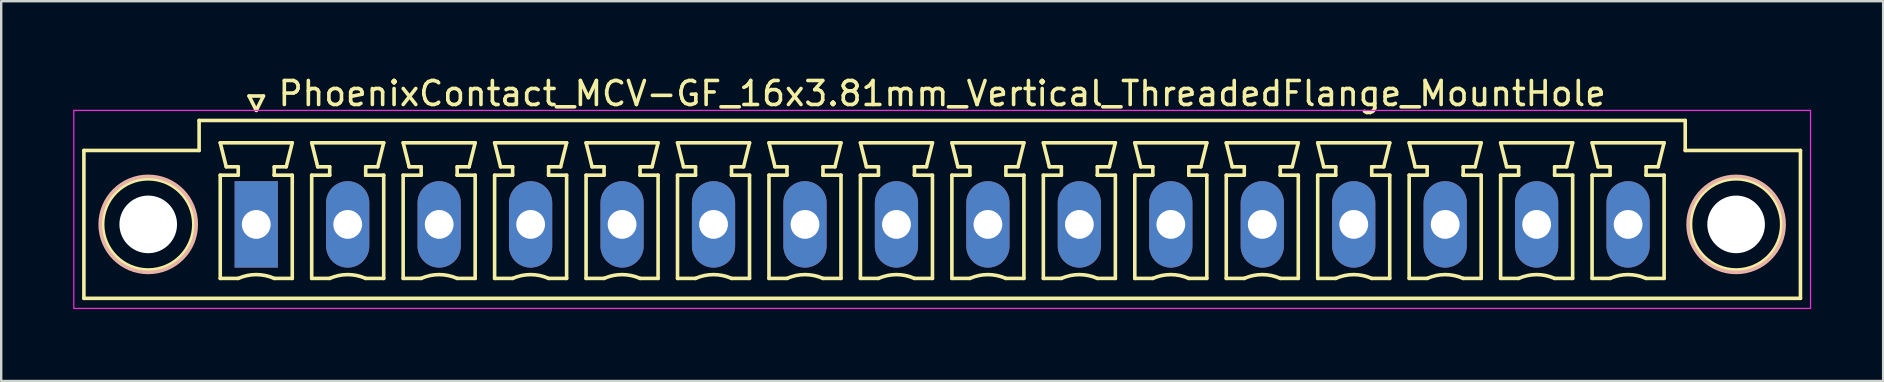
<source format=kicad_pcb>
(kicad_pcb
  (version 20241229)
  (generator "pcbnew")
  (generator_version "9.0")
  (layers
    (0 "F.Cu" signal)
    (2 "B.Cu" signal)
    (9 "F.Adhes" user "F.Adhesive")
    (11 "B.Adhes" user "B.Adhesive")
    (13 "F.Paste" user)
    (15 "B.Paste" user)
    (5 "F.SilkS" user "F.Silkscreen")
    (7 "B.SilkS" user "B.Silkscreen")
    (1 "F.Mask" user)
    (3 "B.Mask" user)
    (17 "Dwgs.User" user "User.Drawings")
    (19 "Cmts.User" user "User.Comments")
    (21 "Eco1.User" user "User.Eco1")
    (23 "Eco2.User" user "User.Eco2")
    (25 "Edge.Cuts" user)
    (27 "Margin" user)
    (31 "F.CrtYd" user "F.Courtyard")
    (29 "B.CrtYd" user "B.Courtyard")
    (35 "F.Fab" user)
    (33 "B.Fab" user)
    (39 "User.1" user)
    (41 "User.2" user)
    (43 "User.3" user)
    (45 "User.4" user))
  (footprint "PhoenixContact_MCV-GF_16x3.81mm_Vertical_ThreadedFlange_MountHole"
    (layer "F.Cu")
    (at 7.625 6.298)
    (property "Reference" "PhoenixContact_MCV-GF_16x3.81mm_Vertical_ThreadedFlange_MountHole" (at 28.575 -5.45 0) (layer "F.SilkS") (effects (font (size 1 1) (thickness 0.15))))
    (attr through_hole)
    (fp_line (start -7.18 -3.08) (end -7.18 3.08) (stroke (width 0.15) (type solid)) (layer "F.SilkS"))
    (fp_line (start -7.18 3.08) (end 64.33 3.08) (stroke (width 0.15) (type solid)) (layer "F.SilkS"))
    (fp_line (start -2.38 -4.33) (end -2.38 -3.08) (stroke (width 0.15) (type solid)) (layer "F.SilkS"))
    (fp_line (start -2.38 -3.08) (end -7.18 -3.08) (stroke (width 0.15) (type solid)) (layer "F.SilkS"))
    (fp_line (start -1.5 -3.4) (end 1.5 -3.4) (stroke (width 0.15) (type solid)) (layer "F.SilkS"))
    (fp_line (start -1.5 -2.05) (end -0.75 -2.05) (stroke (width 0.15) (type solid)) (layer "F.SilkS"))
    (fp_line (start -1.5 2.25) (end -1.5 -2.05) (stroke (width 0.15) (type solid)) (layer "F.SilkS"))
    (fp_line (start -1.25 -2.4) (end -1.5 -3.4) (stroke (width 0.15) (type solid)) (layer "F.SilkS"))
    (fp_line (start -0.75 -2.4) (end -1.25 -2.4) (stroke (width 0.15) (type solid)) (layer "F.SilkS"))
    (fp_line (start -0.75 -2.05) (end -0.75 -2.4) (stroke (width 0.15) (type solid)) (layer "F.SilkS"))
    (fp_line (start -0.75 2.25) (end -1.5 2.25) (stroke (width 0.15) (type solid)) (layer "F.SilkS"))
    (fp_line (start -0.3 -5.35) (end 0 -4.75) (stroke (width 0.15) (type solid)) (layer "F.SilkS"))
    (fp_line (start 0 -4.75) (end 0.3 -5.35) (stroke (width 0.15) (type solid)) (layer "F.SilkS"))
    (fp_line (start 0.3 -5.35) (end -0.3 -5.35) (stroke (width 0.15) (type solid)) (layer "F.SilkS"))
    (fp_line (start 0.75 -2.4) (end 0.75 -2.05) (stroke (width 0.15) (type solid)) (layer "F.SilkS"))
    (fp_line (start 0.75 -2.05) (end 0.75 -2.05) (stroke (width 0.15) (type solid)) (layer "F.SilkS"))
    (fp_line (start 0.75 -2.05) (end 1.5 -2.05) (stroke (width 0.15) (type solid)) (layer "F.SilkS"))
    (fp_line (start 1.25 -2.4) (end 0.75 -2.4) (stroke (width 0.15) (type solid)) (layer "F.SilkS"))
    (fp_line (start 1.5 -3.4) (end 1.25 -2.4) (stroke (width 0.15) (type solid)) (layer "F.SilkS"))
    (fp_line (start 1.5 -2.05) (end 1.5 2.25) (stroke (width 0.15) (type solid)) (layer "F.SilkS"))
    (fp_line (start 1.5 2.25) (end 0.75 2.25) (stroke (width 0.15) (type solid)) (layer "F.SilkS"))
    (fp_line (start 2.31 -3.4) (end 5.31 -3.4) (stroke (width 0.15) (type solid)) (layer "F.SilkS"))
    (fp_line (start 2.31 -2.05) (end 3.06 -2.05) (stroke (width 0.15) (type solid)) (layer "F.SilkS"))
    (fp_line (start 2.31 2.25) (end 2.31 -2.05) (stroke (width 0.15) (type solid)) (layer "F.SilkS"))
    (fp_line (start 2.56 -2.4) (end 2.31 -3.4) (stroke (width 0.15) (type solid)) (layer "F.SilkS"))
    (fp_line (start 3.06 -2.4) (end 2.56 -2.4) (stroke (width 0.15) (type solid)) (layer "F.SilkS"))
    (fp_line (start 3.06 -2.05) (end 3.06 -2.4) (stroke (width 0.15) (type solid)) (layer "F.SilkS"))
    (fp_line (start 3.06 2.25) (end 2.31 2.25) (stroke (width 0.15) (type solid)) (layer "F.SilkS"))
    (fp_line (start 4.56 -2.4) (end 4.56 -2.05) (stroke (width 0.15) (type solid)) (layer "F.SilkS"))
    (fp_line (start 4.56 -2.05) (end 4.56 -2.05) (stroke (width 0.15) (type solid)) (layer "F.SilkS"))
    (fp_line (start 4.56 -2.05) (end 5.31 -2.05) (stroke (width 0.15) (type solid)) (layer "F.SilkS"))
    (fp_line (start 5.06 -2.4) (end 4.56 -2.4) (stroke (width 0.15) (type solid)) (layer "F.SilkS"))
    (fp_line (start 5.31 -3.4) (end 5.06 -2.4) (stroke (width 0.15) (type solid)) (layer "F.SilkS"))
    (fp_line (start 5.31 -2.05) (end 5.31 2.25) (stroke (width 0.15) (type solid)) (layer "F.SilkS"))
    (fp_line (start 5.31 2.25) (end 4.56 2.25) (stroke (width 0.15) (type solid)) (layer "F.SilkS"))
    (fp_line (start 6.12 -3.4) (end 9.12 -3.4) (stroke (width 0.15) (type solid)) (layer "F.SilkS"))
    (fp_line (start 6.12 -2.05) (end 6.87 -2.05) (stroke (width 0.15) (type solid)) (layer "F.SilkS"))
    (fp_line (start 6.12 2.25) (end 6.12 -2.05) (stroke (width 0.15) (type solid)) (layer "F.SilkS"))
    (fp_line (start 6.37 -2.4) (end 6.12 -3.4) (stroke (width 0.15) (type solid)) (layer "F.SilkS"))
    (fp_line (start 6.87 -2.4) (end 6.37 -2.4) (stroke (width 0.15) (type solid)) (layer "F.SilkS"))
    (fp_line (start 6.87 -2.05) (end 6.87 -2.4) (stroke (width 0.15) (type solid)) (layer "F.SilkS"))
    (fp_line (start 6.87 2.25) (end 6.12 2.25) (stroke (width 0.15) (type solid)) (layer "F.SilkS"))
    (fp_line (start 8.37 -2.4) (end 8.37 -2.05) (stroke (width 0.15) (type solid)) (layer "F.SilkS"))
    (fp_line (start 8.37 -2.05) (end 8.37 -2.05) (stroke (width 0.15) (type solid)) (layer "F.SilkS"))
    (fp_line (start 8.37 -2.05) (end 9.12 -2.05) (stroke (width 0.15) (type solid)) (layer "F.SilkS"))
    (fp_line (start 8.87 -2.4) (end 8.37 -2.4) (stroke (width 0.15) (type solid)) (layer "F.SilkS"))
    (fp_line (start 9.12 -3.4) (end 8.87 -2.4) (stroke (width 0.15) (type solid)) (layer "F.SilkS"))
    (fp_line (start 9.12 -2.05) (end 9.12 2.25) (stroke (width 0.15) (type solid)) (layer "F.SilkS"))
    (fp_line (start 9.12 2.25) (end 8.37 2.25) (stroke (width 0.15) (type solid)) (layer "F.SilkS"))
    (fp_line (start 9.93 -3.4) (end 12.93 -3.4) (stroke (width 0.15) (type solid)) (layer "F.SilkS"))
    (fp_line (start 9.93 -2.05) (end 10.68 -2.05) (stroke (width 0.15) (type solid)) (layer "F.SilkS"))
    (fp_line (start 9.93 2.25) (end 9.93 -2.05) (stroke (width 0.15) (type solid)) (layer "F.SilkS"))
    (fp_line (start 10.18 -2.4) (end 9.93 -3.4) (stroke (width 0.15) (type solid)) (layer "F.SilkS"))
    (fp_line (start 10.68 -2.4) (end 10.18 -2.4) (stroke (width 0.15) (type solid)) (layer "F.SilkS"))
    (fp_line (start 10.68 -2.05) (end 10.68 -2.4) (stroke (width 0.15) (type solid)) (layer "F.SilkS"))
    (fp_line (start 10.68 2.25) (end 9.93 2.25) (stroke (width 0.15) (type solid)) (layer "F.SilkS"))
    (fp_line (start 12.18 -2.4) (end 12.18 -2.05) (stroke (width 0.15) (type solid)) (layer "F.SilkS"))
    (fp_line (start 12.18 -2.05) (end 12.18 -2.05) (stroke (width 0.15) (type solid)) (layer "F.SilkS"))
    (fp_line (start 12.18 -2.05) (end 12.93 -2.05) (stroke (width 0.15) (type solid)) (layer "F.SilkS"))
    (fp_line (start 12.68 -2.4) (end 12.18 -2.4) (stroke (width 0.15) (type solid)) (layer "F.SilkS"))
    (fp_line (start 12.93 -3.4) (end 12.68 -2.4) (stroke (width 0.15) (type solid)) (layer "F.SilkS"))
    (fp_line (start 12.93 -2.05) (end 12.93 2.25) (stroke (width 0.15) (type solid)) (layer "F.SilkS"))
    (fp_line (start 12.93 2.25) (end 12.18 2.25) (stroke (width 0.15) (type solid)) (layer "F.SilkS"))
    (fp_line (start 13.74 -3.4) (end 16.74 -3.4) (stroke (width 0.15) (type solid)) (layer "F.SilkS"))
    (fp_line (start 13.74 -2.05) (end 14.49 -2.05) (stroke (width 0.15) (type solid)) (layer "F.SilkS"))
    (fp_line (start 13.74 2.25) (end 13.74 -2.05) (stroke (width 0.15) (type solid)) (layer "F.SilkS"))
    (fp_line (start 13.99 -2.4) (end 13.74 -3.4) (stroke (width 0.15) (type solid)) (layer "F.SilkS"))
    (fp_line (start 14.49 -2.4) (end 13.99 -2.4) (stroke (width 0.15) (type solid)) (layer "F.SilkS"))
    (fp_line (start 14.49 -2.05) (end 14.49 -2.4) (stroke (width 0.15) (type solid)) (layer "F.SilkS"))
    (fp_line (start 14.49 2.25) (end 13.74 2.25) (stroke (width 0.15) (type solid)) (layer "F.SilkS"))
    (fp_line (start 15.99 -2.4) (end 15.99 -2.05) (stroke (width 0.15) (type solid)) (layer "F.SilkS"))
    (fp_line (start 15.99 -2.05) (end 15.99 -2.05) (stroke (width 0.15) (type solid)) (layer "F.SilkS"))
    (fp_line (start 15.99 -2.05) (end 16.74 -2.05) (stroke (width 0.15) (type solid)) (layer "F.SilkS"))
    (fp_line (start 16.49 -2.4) (end 15.99 -2.4) (stroke (width 0.15) (type solid)) (layer "F.SilkS"))
    (fp_line (start 16.74 -3.4) (end 16.49 -2.4) (stroke (width 0.15) (type solid)) (layer "F.SilkS"))
    (fp_line (start 16.74 -2.05) (end 16.74 2.25) (stroke (width 0.15) (type solid)) (layer "F.SilkS"))
    (fp_line (start 16.74 2.25) (end 15.99 2.25) (stroke (width 0.15) (type solid)) (layer "F.SilkS"))
    (fp_line (start 17.55 -3.4) (end 20.55 -3.4) (stroke (width 0.15) (type solid)) (layer "F.SilkS"))
    (fp_line (start 17.55 -2.05) (end 18.3 -2.05) (stroke (width 0.15) (type solid)) (layer "F.SilkS"))
    (fp_line (start 17.55 2.25) (end 17.55 -2.05) (stroke (width 0.15) (type solid)) (layer "F.SilkS"))
    (fp_line (start 17.8 -2.4) (end 17.55 -3.4) (stroke (width 0.15) (type solid)) (layer "F.SilkS"))
    (fp_line (start 18.3 -2.4) (end 17.8 -2.4) (stroke (width 0.15) (type solid)) (layer "F.SilkS"))
    (fp_line (start 18.3 -2.05) (end 18.3 -2.4) (stroke (width 0.15) (type solid)) (layer "F.SilkS"))
    (fp_line (start 18.3 2.25) (end 17.55 2.25) (stroke (width 0.15) (type solid)) (layer "F.SilkS"))
    (fp_line (start 19.8 -2.4) (end 19.8 -2.05) (stroke (width 0.15) (type solid)) (layer "F.SilkS"))
    (fp_line (start 19.8 -2.05) (end 19.8 -2.05) (stroke (width 0.15) (type solid)) (layer "F.SilkS"))
    (fp_line (start 19.8 -2.05) (end 20.55 -2.05) (stroke (width 0.15) (type solid)) (layer "F.SilkS"))
    (fp_line (start 20.3 -2.4) (end 19.8 -2.4) (stroke (width 0.15) (type solid)) (layer "F.SilkS"))
    (fp_line (start 20.55 -3.4) (end 20.3 -2.4) (stroke (width 0.15) (type solid)) (layer "F.SilkS"))
    (fp_line (start 20.55 -2.05) (end 20.55 2.25) (stroke (width 0.15) (type solid)) (layer "F.SilkS"))
    (fp_line (start 20.55 2.25) (end 19.8 2.25) (stroke (width 0.15) (type solid)) (layer "F.SilkS"))
    (fp_line (start 21.36 -3.4) (end 24.36 -3.4) (stroke (width 0.15) (type solid)) (layer "F.SilkS"))
    (fp_line (start 21.36 -2.05) (end 22.11 -2.05) (stroke (width 0.15) (type solid)) (layer "F.SilkS"))
    (fp_line (start 21.36 2.25) (end 21.36 -2.05) (stroke (width 0.15) (type solid)) (layer "F.SilkS"))
    (fp_line (start 21.61 -2.4) (end 21.36 -3.4) (stroke (width 0.15) (type solid)) (layer "F.SilkS"))
    (fp_line (start 22.11 -2.4) (end 21.61 -2.4) (stroke (width 0.15) (type solid)) (layer "F.SilkS"))
    (fp_line (start 22.11 -2.05) (end 22.11 -2.4) (stroke (width 0.15) (type solid)) (layer "F.SilkS"))
    (fp_line (start 22.11 2.25) (end 21.36 2.25) (stroke (width 0.15) (type solid)) (layer "F.SilkS"))
    (fp_line (start 23.61 -2.4) (end 23.61 -2.05) (stroke (width 0.15) (type solid)) (layer "F.SilkS"))
    (fp_line (start 23.61 -2.05) (end 23.61 -2.05) (stroke (width 0.15) (type solid)) (layer "F.SilkS"))
    (fp_line (start 23.61 -2.05) (end 24.36 -2.05) (stroke (width 0.15) (type solid)) (layer "F.SilkS"))
    (fp_line (start 24.11 -2.4) (end 23.61 -2.4) (stroke (width 0.15) (type solid)) (layer "F.SilkS"))
    (fp_line (start 24.36 -3.4) (end 24.11 -2.4) (stroke (width 0.15) (type solid)) (layer "F.SilkS"))
    (fp_line (start 24.36 -2.05) (end 24.36 2.25) (stroke (width 0.15) (type solid)) (layer "F.SilkS"))
    (fp_line (start 24.36 2.25) (end 23.61 2.25) (stroke (width 0.15) (type solid)) (layer "F.SilkS"))
    (fp_line (start 25.17 -3.4) (end 28.17 -3.4) (stroke (width 0.15) (type solid)) (layer "F.SilkS"))
    (fp_line (start 25.17 -2.05) (end 25.92 -2.05) (stroke (width 0.15) (type solid)) (layer "F.SilkS"))
    (fp_line (start 25.17 2.25) (end 25.17 -2.05) (stroke (width 0.15) (type solid)) (layer "F.SilkS"))
    (fp_line (start 25.42 -2.4) (end 25.17 -3.4) (stroke (width 0.15) (type solid)) (layer "F.SilkS"))
    (fp_line (start 25.92 -2.4) (end 25.42 -2.4) (stroke (width 0.15) (type solid)) (layer "F.SilkS"))
    (fp_line (start 25.92 -2.05) (end 25.92 -2.4) (stroke (width 0.15) (type solid)) (layer "F.SilkS"))
    (fp_line (start 25.92 2.25) (end 25.17 2.25) (stroke (width 0.15) (type solid)) (layer "F.SilkS"))
    (fp_line (start 27.42 -2.4) (end 27.42 -2.05) (stroke (width 0.15) (type solid)) (layer "F.SilkS"))
    (fp_line (start 27.42 -2.05) (end 27.42 -2.05) (stroke (width 0.15) (type solid)) (layer "F.SilkS"))
    (fp_line (start 27.42 -2.05) (end 28.17 -2.05) (stroke (width 0.15) (type solid)) (layer "F.SilkS"))
    (fp_line (start 27.92 -2.4) (end 27.42 -2.4) (stroke (width 0.15) (type solid)) (layer "F.SilkS"))
    (fp_line (start 28.17 -3.4) (end 27.92 -2.4) (stroke (width 0.15) (type solid)) (layer "F.SilkS"))
    (fp_line (start 28.17 -2.05) (end 28.17 2.25) (stroke (width 0.15) (type solid)) (layer "F.SilkS"))
    (fp_line (start 28.17 2.25) (end 27.42 2.25) (stroke (width 0.15) (type solid)) (layer "F.SilkS"))
    (fp_line (start 28.98 -3.4) (end 31.98 -3.4) (stroke (width 0.15) (type solid)) (layer "F.SilkS"))
    (fp_line (start 28.98 -2.05) (end 29.73 -2.05) (stroke (width 0.15) (type solid)) (layer "F.SilkS"))
    (fp_line (start 28.98 2.25) (end 28.98 -2.05) (stroke (width 0.15) (type solid)) (layer "F.SilkS"))
    (fp_line (start 29.23 -2.4) (end 28.98 -3.4) (stroke (width 0.15) (type solid)) (layer "F.SilkS"))
    (fp_line (start 29.73 -2.4) (end 29.23 -2.4) (stroke (width 0.15) (type solid)) (layer "F.SilkS"))
    (fp_line (start 29.73 -2.05) (end 29.73 -2.4) (stroke (width 0.15) (type solid)) (layer "F.SilkS"))
    (fp_line (start 29.73 2.25) (end 28.98 2.25) (stroke (width 0.15) (type solid)) (layer "F.SilkS"))
    (fp_line (start 31.23 -2.4) (end 31.23 -2.05) (stroke (width 0.15) (type solid)) (layer "F.SilkS"))
    (fp_line (start 31.23 -2.05) (end 31.23 -2.05) (stroke (width 0.15) (type solid)) (layer "F.SilkS"))
    (fp_line (start 31.23 -2.05) (end 31.98 -2.05) (stroke (width 0.15) (type solid)) (layer "F.SilkS"))
    (fp_line (start 31.73 -2.4) (end 31.23 -2.4) (stroke (width 0.15) (type solid)) (layer "F.SilkS"))
    (fp_line (start 31.98 -3.4) (end 31.73 -2.4) (stroke (width 0.15) (type solid)) (layer "F.SilkS"))
    (fp_line (start 31.98 -2.05) (end 31.98 2.25) (stroke (width 0.15) (type solid)) (layer "F.SilkS"))
    (fp_line (start 31.98 2.25) (end 31.23 2.25) (stroke (width 0.15) (type solid)) (layer "F.SilkS"))
    (fp_line (start 32.79 -3.4) (end 35.79 -3.4) (stroke (width 0.15) (type solid)) (layer "F.SilkS"))
    (fp_line (start 32.79 -2.05) (end 33.54 -2.05) (stroke (width 0.15) (type solid)) (layer "F.SilkS"))
    (fp_line (start 32.79 2.25) (end 32.79 -2.05) (stroke (width 0.15) (type solid)) (layer "F.SilkS"))
    (fp_line (start 33.04 -2.4) (end 32.79 -3.4) (stroke (width 0.15) (type solid)) (layer "F.SilkS"))
    (fp_line (start 33.54 -2.4) (end 33.04 -2.4) (stroke (width 0.15) (type solid)) (layer "F.SilkS"))
    (fp_line (start 33.54 -2.05) (end 33.54 -2.4) (stroke (width 0.15) (type solid)) (layer "F.SilkS"))
    (fp_line (start 33.54 2.25) (end 32.79 2.25) (stroke (width 0.15) (type solid)) (layer "F.SilkS"))
    (fp_line (start 35.04 -2.4) (end 35.04 -2.05) (stroke (width 0.15) (type solid)) (layer "F.SilkS"))
    (fp_line (start 35.04 -2.05) (end 35.04 -2.05) (stroke (width 0.15) (type solid)) (layer "F.SilkS"))
    (fp_line (start 35.04 -2.05) (end 35.79 -2.05) (stroke (width 0.15) (type solid)) (layer "F.SilkS"))
    (fp_line (start 35.54 -2.4) (end 35.04 -2.4) (stroke (width 0.15) (type solid)) (layer "F.SilkS"))
    (fp_line (start 35.79 -3.4) (end 35.54 -2.4) (stroke (width 0.15) (type solid)) (layer "F.SilkS"))
    (fp_line (start 35.79 -2.05) (end 35.79 2.25) (stroke (width 0.15) (type solid)) (layer "F.SilkS"))
    (fp_line (start 35.79 2.25) (end 35.04 2.25) (stroke (width 0.15) (type solid)) (layer "F.SilkS"))
    (fp_line (start 36.6 -3.4) (end 39.6 -3.4) (stroke (width 0.15) (type solid)) (layer "F.SilkS"))
    (fp_line (start 36.6 -2.05) (end 37.35 -2.05) (stroke (width 0.15) (type solid)) (layer "F.SilkS"))
    (fp_line (start 36.6 2.25) (end 36.6 -2.05) (stroke (width 0.15) (type solid)) (layer "F.SilkS"))
    (fp_line (start 36.85 -2.4) (end 36.6 -3.4) (stroke (width 0.15) (type solid)) (layer "F.SilkS"))
    (fp_line (start 37.35 -2.4) (end 36.85 -2.4) (stroke (width 0.15) (type solid)) (layer "F.SilkS"))
    (fp_line (start 37.35 -2.05) (end 37.35 -2.4) (stroke (width 0.15) (type solid)) (layer "F.SilkS"))
    (fp_line (start 37.35 2.25) (end 36.6 2.25) (stroke (width 0.15) (type solid)) (layer "F.SilkS"))
    (fp_line (start 38.85 -2.4) (end 38.85 -2.05) (stroke (width 0.15) (type solid)) (layer "F.SilkS"))
    (fp_line (start 38.85 -2.05) (end 38.85 -2.05) (stroke (width 0.15) (type solid)) (layer "F.SilkS"))
    (fp_line (start 38.85 -2.05) (end 39.6 -2.05) (stroke (width 0.15) (type solid)) (layer "F.SilkS"))
    (fp_line (start 39.35 -2.4) (end 38.85 -2.4) (stroke (width 0.15) (type solid)) (layer "F.SilkS"))
    (fp_line (start 39.6 -3.4) (end 39.35 -2.4) (stroke (width 0.15) (type solid)) (layer "F.SilkS"))
    (fp_line (start 39.6 -2.05) (end 39.6 2.25) (stroke (width 0.15) (type solid)) (layer "F.SilkS"))
    (fp_line (start 39.6 2.25) (end 38.85 2.25) (stroke (width 0.15) (type solid)) (layer "F.SilkS"))
    (fp_line (start 40.41 -3.4) (end 43.41 -3.4) (stroke (width 0.15) (type solid)) (layer "F.SilkS"))
    (fp_line (start 40.41 -2.05) (end 41.16 -2.05) (stroke (width 0.15) (type solid)) (layer "F.SilkS"))
    (fp_line (start 40.41 2.25) (end 40.41 -2.05) (stroke (width 0.15) (type solid)) (layer "F.SilkS"))
    (fp_line (start 40.66 -2.4) (end 40.41 -3.4) (stroke (width 0.15) (type solid)) (layer "F.SilkS"))
    (fp_line (start 41.16 -2.4) (end 40.66 -2.4) (stroke (width 0.15) (type solid)) (layer "F.SilkS"))
    (fp_line (start 41.16 -2.05) (end 41.16 -2.4) (stroke (width 0.15) (type solid)) (layer "F.SilkS"))
    (fp_line (start 41.16 2.25) (end 40.41 2.25) (stroke (width 0.15) (type solid)) (layer "F.SilkS"))
    (fp_line (start 42.66 -2.4) (end 42.66 -2.05) (stroke (width 0.15) (type solid)) (layer "F.SilkS"))
    (fp_line (start 42.66 -2.05) (end 42.66 -2.05) (stroke (width 0.15) (type solid)) (layer "F.SilkS"))
    (fp_line (start 42.66 -2.05) (end 43.41 -2.05) (stroke (width 0.15) (type solid)) (layer "F.SilkS"))
    (fp_line (start 43.16 -2.4) (end 42.66 -2.4) (stroke (width 0.15) (type solid)) (layer "F.SilkS"))
    (fp_line (start 43.41 -3.4) (end 43.16 -2.4) (stroke (width 0.15) (type solid)) (layer "F.SilkS"))
    (fp_line (start 43.41 -2.05) (end 43.41 2.25) (stroke (width 0.15) (type solid)) (layer "F.SilkS"))
    (fp_line (start 43.41 2.25) (end 42.66 2.25) (stroke (width 0.15) (type solid)) (layer "F.SilkS"))
    (fp_line (start 44.22 -3.4) (end 47.22 -3.4) (stroke (width 0.15) (type solid)) (layer "F.SilkS"))
    (fp_line (start 44.22 -2.05) (end 44.97 -2.05) (stroke (width 0.15) (type solid)) (layer "F.SilkS"))
    (fp_line (start 44.22 2.25) (end 44.22 -2.05) (stroke (width 0.15) (type solid)) (layer "F.SilkS"))
    (fp_line (start 44.47 -2.4) (end 44.22 -3.4) (stroke (width 0.15) (type solid)) (layer "F.SilkS"))
    (fp_line (start 44.97 -2.4) (end 44.47 -2.4) (stroke (width 0.15) (type solid)) (layer "F.SilkS"))
    (fp_line (start 44.97 -2.05) (end 44.97 -2.4) (stroke (width 0.15) (type solid)) (layer "F.SilkS"))
    (fp_line (start 44.97 2.25) (end 44.22 2.25) (stroke (width 0.15) (type solid)) (layer "F.SilkS"))
    (fp_line (start 46.47 -2.4) (end 46.47 -2.05) (stroke (width 0.15) (type solid)) (layer "F.SilkS"))
    (fp_line (start 46.47 -2.05) (end 46.47 -2.05) (stroke (width 0.15) (type solid)) (layer "F.SilkS"))
    (fp_line (start 46.47 -2.05) (end 47.22 -2.05) (stroke (width 0.15) (type solid)) (layer "F.SilkS"))
    (fp_line (start 46.97 -2.4) (end 46.47 -2.4) (stroke (width 0.15) (type solid)) (layer "F.SilkS"))
    (fp_line (start 47.22 -3.4) (end 46.97 -2.4) (stroke (width 0.15) (type solid)) (layer "F.SilkS"))
    (fp_line (start 47.22 -2.05) (end 47.22 2.25) (stroke (width 0.15) (type solid)) (layer "F.SilkS"))
    (fp_line (start 47.22 2.25) (end 46.47 2.25) (stroke (width 0.15) (type solid)) (layer "F.SilkS"))
    (fp_line (start 48.03 -3.4) (end 51.03 -3.4) (stroke (width 0.15) (type solid)) (layer "F.SilkS"))
    (fp_line (start 48.03 -2.05) (end 48.78 -2.05) (stroke (width 0.15) (type solid)) (layer "F.SilkS"))
    (fp_line (start 48.03 2.25) (end 48.03 -2.05) (stroke (width 0.15) (type solid)) (layer "F.SilkS"))
    (fp_line (start 48.28 -2.4) (end 48.03 -3.4) (stroke (width 0.15) (type solid)) (layer "F.SilkS"))
    (fp_line (start 48.78 -2.4) (end 48.28 -2.4) (stroke (width 0.15) (type solid)) (layer "F.SilkS"))
    (fp_line (start 48.78 -2.05) (end 48.78 -2.4) (stroke (width 0.15) (type solid)) (layer "F.SilkS"))
    (fp_line (start 48.78 2.25) (end 48.03 2.25) (stroke (width 0.15) (type solid)) (layer "F.SilkS"))
    (fp_line (start 50.28 -2.4) (end 50.28 -2.05) (stroke (width 0.15) (type solid)) (layer "F.SilkS"))
    (fp_line (start 50.28 -2.05) (end 50.28 -2.05) (stroke (width 0.15) (type solid)) (layer "F.SilkS"))
    (fp_line (start 50.28 -2.05) (end 51.03 -2.05) (stroke (width 0.15) (type solid)) (layer "F.SilkS"))
    (fp_line (start 50.78 -2.4) (end 50.28 -2.4) (stroke (width 0.15) (type solid)) (layer "F.SilkS"))
    (fp_line (start 51.03 -3.4) (end 50.78 -2.4) (stroke (width 0.15) (type solid)) (layer "F.SilkS"))
    (fp_line (start 51.03 -2.05) (end 51.03 2.25) (stroke (width 0.15) (type solid)) (layer "F.SilkS"))
    (fp_line (start 51.03 2.25) (end 50.28 2.25) (stroke (width 0.15) (type solid)) (layer "F.SilkS"))
    (fp_line (start 51.84 -3.4) (end 54.84 -3.4) (stroke (width 0.15) (type solid)) (layer "F.SilkS"))
    (fp_line (start 51.84 -2.05) (end 52.59 -2.05) (stroke (width 0.15) (type solid)) (layer "F.SilkS"))
    (fp_line (start 51.84 2.25) (end 51.84 -2.05) (stroke (width 0.15) (type solid)) (layer "F.SilkS"))
    (fp_line (start 52.09 -2.4) (end 51.84 -3.4) (stroke (width 0.15) (type solid)) (layer "F.SilkS"))
    (fp_line (start 52.59 -2.4) (end 52.09 -2.4) (stroke (width 0.15) (type solid)) (layer "F.SilkS"))
    (fp_line (start 52.59 -2.05) (end 52.59 -2.4) (stroke (width 0.15) (type solid)) (layer "F.SilkS"))
    (fp_line (start 52.59 2.25) (end 51.84 2.25) (stroke (width 0.15) (type solid)) (layer "F.SilkS"))
    (fp_line (start 54.09 -2.4) (end 54.09 -2.05) (stroke (width 0.15) (type solid)) (layer "F.SilkS"))
    (fp_line (start 54.09 -2.05) (end 54.09 -2.05) (stroke (width 0.15) (type solid)) (layer "F.SilkS"))
    (fp_line (start 54.09 -2.05) (end 54.84 -2.05) (stroke (width 0.15) (type solid)) (layer "F.SilkS"))
    (fp_line (start 54.59 -2.4) (end 54.09 -2.4) (stroke (width 0.15) (type solid)) (layer "F.SilkS"))
    (fp_line (start 54.84 -3.4) (end 54.59 -2.4) (stroke (width 0.15) (type solid)) (layer "F.SilkS"))
    (fp_line (start 54.84 -2.05) (end 54.84 2.25) (stroke (width 0.15) (type solid)) (layer "F.SilkS"))
    (fp_line (start 54.84 2.25) (end 54.09 2.25) (stroke (width 0.15) (type solid)) (layer "F.SilkS"))
    (fp_line (start 55.65 -3.4) (end 58.65 -3.4) (stroke (width 0.15) (type solid)) (layer "F.SilkS"))
    (fp_line (start 55.65 -2.05) (end 56.4 -2.05) (stroke (width 0.15) (type solid)) (layer "F.SilkS"))
    (fp_line (start 55.65 2.25) (end 55.65 -2.05) (stroke (width 0.15) (type solid)) (layer "F.SilkS"))
    (fp_line (start 55.9 -2.4) (end 55.65 -3.4) (stroke (width 0.15) (type solid)) (layer "F.SilkS"))
    (fp_line (start 56.4 -2.4) (end 55.9 -2.4) (stroke (width 0.15) (type solid)) (layer "F.SilkS"))
    (fp_line (start 56.4 -2.05) (end 56.4 -2.4) (stroke (width 0.15) (type solid)) (layer "F.SilkS"))
    (fp_line (start 56.4 2.25) (end 55.65 2.25) (stroke (width 0.15) (type solid)) (layer "F.SilkS"))
    (fp_line (start 57.9 -2.4) (end 57.9 -2.05) (stroke (width 0.15) (type solid)) (layer "F.SilkS"))
    (fp_line (start 57.9 -2.05) (end 57.9 -2.05) (stroke (width 0.15) (type solid)) (layer "F.SilkS"))
    (fp_line (start 57.9 -2.05) (end 58.65 -2.05) (stroke (width 0.15) (type solid)) (layer "F.SilkS"))
    (fp_line (start 58.4 -2.4) (end 57.9 -2.4) (stroke (width 0.15) (type solid)) (layer "F.SilkS"))
    (fp_line (start 58.65 -3.4) (end 58.4 -2.4) (stroke (width 0.15) (type solid)) (layer "F.SilkS"))
    (fp_line (start 58.65 -2.05) (end 58.65 2.25) (stroke (width 0.15) (type solid)) (layer "F.SilkS"))
    (fp_line (start 58.65 2.25) (end 57.9 2.25) (stroke (width 0.15) (type solid)) (layer "F.SilkS"))
    (fp_line (start 59.53 -4.33) (end -2.38 -4.33) (stroke (width 0.15) (type solid)) (layer "F.SilkS"))
    (fp_line (start 59.53 -3.08) (end 59.53 -4.33) (stroke (width 0.15) (type solid)) (layer "F.SilkS"))
    (fp_line (start 64.33 -3.08) (end 59.53 -3.08) (stroke (width 0.15) (type solid)) (layer "F.SilkS"))
    (fp_line (start 64.33 3.08) (end 64.33 -3.08) (stroke (width 0.15) (type solid)) (layer "F.SilkS"))
    (fp_arc (start -0.75 2.25) (mid -0.000193 2.09191) (end 0.749647 2.249844) (stroke (width 0.15) (type solid)) (layer "F.SilkS"))
    (fp_arc (start 3.06 2.25) (mid 3.809807 2.09191) (end 4.559647 2.249844) (stroke (width 0.15) (type solid)) (layer "F.SilkS"))
    (fp_arc (start 6.87 2.25) (mid 7.619807 2.09191) (end 8.369647 2.249844) (stroke (width 0.15) (type solid)) (layer "F.SilkS"))
    (fp_arc (start 10.68 2.25) (mid 11.429807 2.09191) (end 12.179647 2.249844) (stroke (width 0.15) (type solid)) (layer "F.SilkS"))
    (fp_arc (start 14.49 2.25) (mid 15.239807 2.09191) (end 15.989647 2.249844) (stroke (width 0.15) (type solid)) (layer "F.SilkS"))
    (fp_arc (start 18.3 2.25) (mid 19.049807 2.09191) (end 19.799647 2.249844) (stroke (width 0.15) (type solid)) (layer "F.SilkS"))
    (fp_arc (start 22.11 2.25) (mid 22.859807 2.09191) (end 23.609647 2.249844) (stroke (width 0.15) (type solid)) (layer "F.SilkS"))
    (fp_arc (start 25.92 2.25) (mid 26.669807 2.09191) (end 27.419647 2.249844) (stroke (width 0.15) (type solid)) (layer "F.SilkS"))
    (fp_arc (start 29.73 2.25) (mid 30.479807 2.09191) (end 31.229647 2.249844) (stroke (width 0.15) (type solid)) (layer "F.SilkS"))
    (fp_arc (start 33.54 2.25) (mid 34.289807 2.09191) (end 35.039647 2.249844) (stroke (width 0.15) (type solid)) (layer "F.SilkS"))
    (fp_arc (start 37.35 2.25) (mid 38.099807 2.09191) (end 38.849647 2.249844) (stroke (width 0.15) (type solid)) (layer "F.SilkS"))
    (fp_arc (start 41.16 2.25) (mid 41.909807 2.09191) (end 42.659647 2.249844) (stroke (width 0.15) (type solid)) (layer "F.SilkS"))
    (fp_arc (start 44.97 2.25) (mid 45.719807 2.09191) (end 46.469647 2.249844) (stroke (width 0.15) (type solid)) (layer "F.SilkS"))
    (fp_arc (start 48.78 2.25) (mid 49.529807 2.09191) (end 50.279647 2.249844) (stroke (width 0.15) (type solid)) (layer "F.SilkS"))
    (fp_arc (start 52.59 2.25) (mid 53.339807 2.09191) (end 54.089647 2.249844) (stroke (width 0.15) (type solid)) (layer "F.SilkS"))
    (fp_arc (start 56.4 2.25) (mid 57.149807 2.09191) (end 57.899647 2.249844) (stroke (width 0.15) (type solid)) (layer "F.SilkS"))
    (fp_circle (center -4.5 0) (end -2.6 0) (stroke (width 0.15) (type solid)) (fill no) (layer "F.SilkS"))
    (fp_circle (center 61.65 0) (end 63.55 0) (stroke (width 0.15) (type solid)) (fill no) (layer "F.SilkS"))
    (fp_circle (center -4.5 0) (end -2.5 0) (stroke (width 0.15) (type solid)) (fill no) (layer "B.SilkS"))
    (fp_circle (center 61.65 0) (end 63.65 0) (stroke (width 0.15) (type solid)) (fill no) (layer "B.SilkS"))
    (fp_line (start -7.6 -4.75) (end -7.6 3.5) (stroke (width 0.05) (type solid)) (layer "F.CrtYd"))
    (fp_line (start -7.6 3.5) (end 64.75 3.5) (stroke (width 0.05) (type solid)) (layer "F.CrtYd"))
    (fp_line (start 64.75 -4.75) (end -7.6 -4.75) (stroke (width 0.05) (type solid)) (layer "F.CrtYd"))
    (fp_line (start 64.75 3.5) (end 64.75 -4.75) (stroke (width 0.05) (type solid)) (layer "F.CrtYd"))
    (pad "" np_thru_hole circle (at -4.5 0) (size 2.4 2.4) (drill 2.4) (layers "*.Cu" "*.Mask"))
    (pad "" np_thru_hole circle (at 61.65 0) (size 2.4 2.4) (drill 2.4) (layers "*.Cu" "*.Mask"))
    (pad "1" thru_hole rect (at 0 0) (size 1.8 3.6) (drill 1.2) (layers "*.Cu" "*.Mask"))
    (pad "2" thru_hole oval (at 3.81 0) (size 1.8 3.6) (drill 1.2) (layers "*.Cu" "*.Mask"))
    (pad "3" thru_hole oval (at 7.62 0) (size 1.8 3.6) (drill 1.2) (layers "*.Cu" "*.Mask"))
    (pad "4" thru_hole oval (at 11.43 0) (size 1.8 3.6) (drill 1.2) (layers "*.Cu" "*.Mask"))
    (pad "5" thru_hole oval (at 15.24 0) (size 1.8 3.6) (drill 1.2) (layers "*.Cu" "*.Mask"))
    (pad "6" thru_hole oval (at 19.05 0) (size 1.8 3.6) (drill 1.2) (layers "*.Cu" "*.Mask"))
    (pad "7" thru_hole oval (at 22.86 0) (size 1.8 3.6) (drill 1.2) (layers "*.Cu" "*.Mask"))
    (pad "8" thru_hole oval (at 26.67 0) (size 1.8 3.6) (drill 1.2) (layers "*.Cu" "*.Mask"))
    (pad "9" thru_hole oval (at 30.48 0) (size 1.8 3.6) (drill 1.2) (layers "*.Cu" "*.Mask"))
    (pad "10" thru_hole oval (at 34.29 0) (size 1.8 3.6) (drill 1.2) (layers "*.Cu" "*.Mask"))
    (pad "11" thru_hole oval (at 38.1 0) (size 1.8 3.6) (drill 1.2) (layers "*.Cu" "*.Mask"))
    (pad "12" thru_hole oval (at 41.91 0) (size 1.8 3.6) (drill 1.2) (layers "*.Cu" "*.Mask"))
    (pad "13" thru_hole oval (at 45.72 0) (size 1.8 3.6) (drill 1.2) (layers "*.Cu" "*.Mask"))
    (pad "14" thru_hole oval (at 49.53 0) (size 1.8 3.6) (drill 1.2) (layers "*.Cu" "*.Mask"))
    (pad "15" thru_hole oval (at 53.34 0) (size 1.8 3.6) (drill 1.2) (layers "*.Cu" "*.Mask"))
    (pad "16" thru_hole oval (at 57.15 0) (size 1.8 3.6) (drill 1.2) (layers "*.Cu" "*.Mask")))
  (gr_rect
    (start -3 -3)
    (end 75.4 12.823)
    (stroke (width 0.1) (type default))
    (fill no)
    (layer "Edge.Cuts")))
</source>
